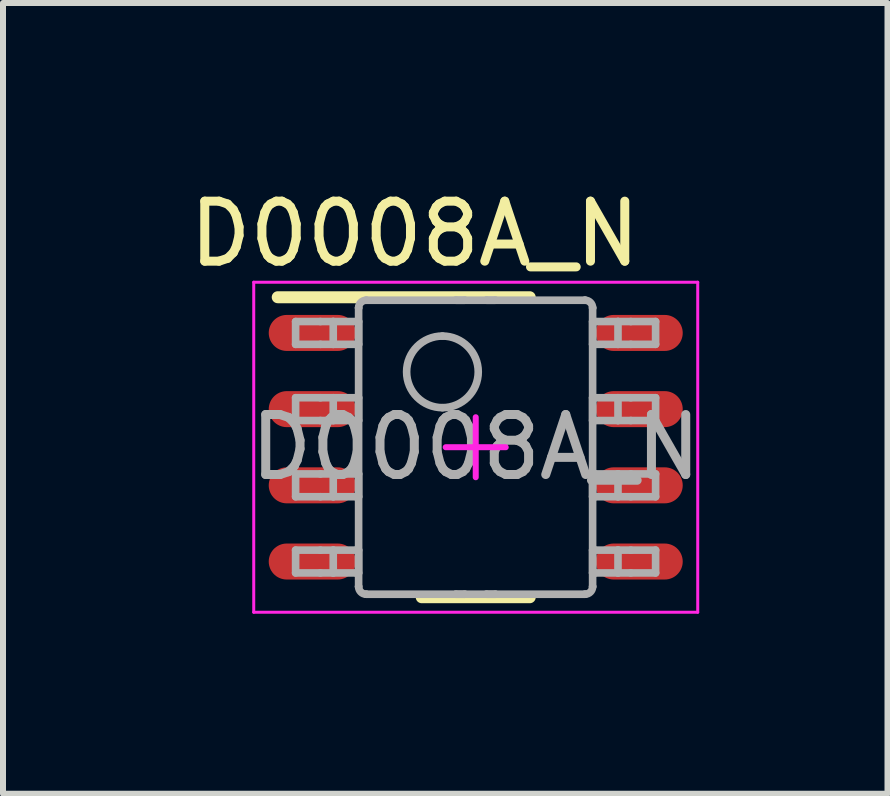
<source format=kicad_pcb>
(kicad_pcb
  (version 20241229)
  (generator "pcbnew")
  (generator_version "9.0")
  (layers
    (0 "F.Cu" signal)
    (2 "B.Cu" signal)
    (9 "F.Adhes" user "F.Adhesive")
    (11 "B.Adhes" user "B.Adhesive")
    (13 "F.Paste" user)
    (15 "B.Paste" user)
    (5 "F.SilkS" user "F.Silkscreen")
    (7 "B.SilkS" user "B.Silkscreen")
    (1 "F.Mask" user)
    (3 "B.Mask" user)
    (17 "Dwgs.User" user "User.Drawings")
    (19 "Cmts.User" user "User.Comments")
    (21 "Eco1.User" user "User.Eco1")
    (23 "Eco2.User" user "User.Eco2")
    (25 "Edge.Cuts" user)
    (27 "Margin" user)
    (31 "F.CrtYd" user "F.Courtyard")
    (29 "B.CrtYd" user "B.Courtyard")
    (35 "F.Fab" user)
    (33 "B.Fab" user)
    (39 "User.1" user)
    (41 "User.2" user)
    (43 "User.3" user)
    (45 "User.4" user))
  (footprint "D0008A_N"
    (layer "F.Cu")
    (at 4.879 4.404)
    (property "Reference" "D0008A_N" (at -1.016 -3.556 0) (unlocked yes) (layer "F.SilkS") (effects (font (size 1 1) (thickness 0.15))))
    (attr smd)
    (fp_line (start -3.3 -2.5) (end 0.9 -2.5) (stroke (width 0.2) (type solid)) (layer "F.SilkS"))
    (fp_line (start -0.9 2.5) (end 0.9 2.5) (stroke (width 0.2) (type solid)) (layer "F.SilkS"))
    (fp_line (start -3.7 -2.75) (end 3.7 -2.75) (stroke (width 0.05) (type solid)) (layer "F.CrtYd"))
    (fp_line (start -3.7 2.75) (end -3.7 -2.75) (stroke (width 0.05) (type solid)) (layer "F.CrtYd"))
    (fp_line (start -3.7 2.75) (end 3.7 2.75) (stroke (width 0.05) (type solid)) (layer "F.CrtYd"))
    (fp_line (start -0.5 0) (end 0.5 0) (stroke (width 0.1) (type solid)) (layer "F.CrtYd"))
    (fp_line (start 0 0.5) (end 0 -0.5) (stroke (width 0.1) (type solid)) (layer "F.CrtYd"))
    (fp_line (start 3.7 2.75) (end 3.7 -2.75) (stroke (width 0.05) (type solid)) (layer "F.CrtYd"))
    (fp_line (start -3.002 -2.095) (end -2.589 -2.095) (stroke (width 0.127) (type solid)) (layer "F.Fab"))
    (fp_line (start -3.002 -1.715) (end -3.002 -2.095) (stroke (width 0.127) (type solid)) (layer "F.Fab"))
    (fp_line (start -3.002 -1.715) (end -2.589 -1.715) (stroke (width 0.127) (type solid)) (layer "F.Fab"))
    (fp_line (start -3.002 -0.825) (end -2.589 -0.825) (stroke (width 0.127) (type solid)) (layer "F.Fab"))
    (fp_line (start -3.002 -0.445) (end -3.002 -0.825) (stroke (width 0.127) (type solid)) (layer "F.Fab"))
    (fp_line (start -3.002 -0.445) (end -2.589 -0.445) (stroke (width 0.127) (type solid)) (layer "F.Fab"))
    (fp_line (start -3.002 0.445) (end -2.589 0.445) (stroke (width 0.127) (type solid)) (layer "F.Fab"))
    (fp_line (start -3.002 0.825) (end -3.002 0.445) (stroke (width 0.127) (type solid)) (layer "F.Fab"))
    (fp_line (start -3.002 0.825) (end -2.589 0.825) (stroke (width 0.127) (type solid)) (layer "F.Fab"))
    (fp_line (start -3.002 1.715) (end -2.589 1.715) (stroke (width 0.127) (type solid)) (layer "F.Fab"))
    (fp_line (start -3.002 2.095) (end -3.002 1.715) (stroke (width 0.127) (type solid)) (layer "F.Fab"))
    (fp_line (start -3.002 2.095) (end -2.589 2.095) (stroke (width 0.127) (type solid)) (layer "F.Fab"))
    (fp_line (start -2.589 -2.095) (end -2.375 -2.095) (stroke (width 0.127) (type solid)) (layer "F.Fab"))
    (fp_line (start -2.589 -1.715) (end -2.375 -1.715) (stroke (width 0.127) (type solid)) (layer "F.Fab"))
    (fp_line (start -2.589 -0.825) (end -2.375 -0.825) (stroke (width 0.127) (type solid)) (layer "F.Fab"))
    (fp_line (start -2.589 -0.445) (end -2.375 -0.445) (stroke (width 0.127) (type solid)) (layer "F.Fab"))
    (fp_line (start -2.589 0.445) (end -2.375 0.445) (stroke (width 0.127) (type solid)) (layer "F.Fab"))
    (fp_line (start -2.589 0.825) (end -2.375 0.825) (stroke (width 0.127) (type solid)) (layer "F.Fab"))
    (fp_line (start -2.589 1.715) (end -2.375 1.715) (stroke (width 0.127) (type solid)) (layer "F.Fab"))
    (fp_line (start -2.589 2.095) (end -2.375 2.095) (stroke (width 0.127) (type solid)) (layer "F.Fab"))
    (fp_line (start -2.375 -2.095) (end -1.995 -2.095) (stroke (width 0.127) (type solid)) (layer "F.Fab"))
    (fp_line (start -2.375 -1.715) (end -2.375 -2.095) (stroke (width 0.127) (type solid)) (layer "F.Fab"))
    (fp_line (start -2.375 -1.715) (end -1.995 -1.715) (stroke (width 0.127) (type solid)) (layer "F.Fab"))
    (fp_line (start -2.375 -0.825) (end -1.995 -0.825) (stroke (width 0.127) (type solid)) (layer "F.Fab"))
    (fp_line (start -2.375 -0.445) (end -2.375 -0.825) (stroke (width 0.127) (type solid)) (layer "F.Fab"))
    (fp_line (start -2.375 -0.445) (end -1.995 -0.445) (stroke (width 0.127) (type solid)) (layer "F.Fab"))
    (fp_line (start -2.375 0.445) (end -1.995 0.445) (stroke (width 0.127) (type solid)) (layer "F.Fab"))
    (fp_line (start -2.375 0.825) (end -2.375 0.445) (stroke (width 0.127) (type solid)) (layer "F.Fab"))
    (fp_line (start -2.375 0.825) (end -1.995 0.825) (stroke (width 0.127) (type solid)) (layer "F.Fab"))
    (fp_line (start -2.375 1.715) (end -1.995 1.715) (stroke (width 0.127) (type solid)) (layer "F.Fab"))
    (fp_line (start -2.375 2.095) (end -2.375 1.715) (stroke (width 0.127) (type solid)) (layer "F.Fab"))
    (fp_line (start -2.375 2.095) (end -1.995 2.095) (stroke (width 0.127) (type solid)) (layer "F.Fab"))
    (fp_line (start -1.995 -2.095) (end -1.952 -2.095) (stroke (width 0.127) (type solid)) (layer "F.Fab"))
    (fp_line (start -1.995 -1.715) (end -1.952 -1.715) (stroke (width 0.127) (type solid)) (layer "F.Fab"))
    (fp_line (start -1.995 -0.825) (end -1.952 -0.825) (stroke (width 0.127) (type solid)) (layer "F.Fab"))
    (fp_line (start -1.995 -0.445) (end -1.952 -0.445) (stroke (width 0.127) (type solid)) (layer "F.Fab"))
    (fp_line (start -1.995 0.445) (end -1.952 0.445) (stroke (width 0.127) (type solid)) (layer "F.Fab"))
    (fp_line (start -1.995 0.825) (end -1.952 0.825) (stroke (width 0.127) (type solid)) (layer "F.Fab"))
    (fp_line (start -1.995 1.715) (end -1.952 1.715) (stroke (width 0.127) (type solid)) (layer "F.Fab"))
    (fp_line (start -1.995 2.095) (end -1.952 2.095) (stroke (width 0.127) (type solid)) (layer "F.Fab"))
    (fp_line (start -1.952 -2.323) (end -1.952 -2.324) (stroke (width 0.127) (type solid)) (layer "F.Fab"))
    (fp_line (start -1.952 -1.715) (end -1.952 -2.095) (stroke (width 0.127) (type solid)) (layer "F.Fab"))
    (fp_line (start -1.952 -0.445) (end -1.952 -0.825) (stroke (width 0.127) (type solid)) (layer "F.Fab"))
    (fp_line (start -1.952 0.825) (end -1.952 0.445) (stroke (width 0.127) (type solid)) (layer "F.Fab"))
    (fp_line (start -1.952 2.095) (end -1.952 1.715) (stroke (width 0.127) (type solid)) (layer "F.Fab"))
    (fp_line (start -1.952 2.323) (end -1.952 -2.323) (stroke (width 0.127) (type solid)) (layer "F.Fab"))
    (fp_line (start -1.952 2.324) (end -1.952 2.323) (stroke (width 0.127) (type solid)) (layer "F.Fab"))
    (fp_line (start -1.826 -2.45) (end -1.825 -2.45) (stroke (width 0.127) (type solid)) (layer "F.Fab"))
    (fp_line (start -1.826 2.45) (end -1.825 2.45) (stroke (width 0.127) (type solid)) (layer "F.Fab"))
    (fp_line (start -1.825 -2.45) (end -0.332 -2.45) (stroke (width 0.127) (type solid)) (layer "F.Fab"))
    (fp_line (start -1.825 2.45) (end -0.332 2.45) (stroke (width 0.127) (type solid)) (layer "F.Fab"))
    (fp_line (start -0.332 -2.45) (end -0.182 -2.45) (stroke (width 0.127) (type solid)) (layer "F.Fab"))
    (fp_line (start -0.332 -2.45) (end -0.182 -2.45) (stroke (width 0.127) (type solid)) (layer "F.Fab"))
    (fp_line (start -0.332 2.45) (end -0.182 2.45) (stroke (width 0.127) (type solid)) (layer "F.Fab"))
    (fp_line (start -0.332 2.45) (end -0.182 2.45) (stroke (width 0.127) (type solid)) (layer "F.Fab"))
    (fp_line (start -0.182 -2.45) (end 0.178 -2.45) (stroke (width 0.127) (type solid)) (layer "F.Fab"))
    (fp_line (start -0.182 2.45) (end 0.178 2.45) (stroke (width 0.127) (type solid)) (layer "F.Fab"))
    (fp_line (start 0.178 -2.45) (end 0.328 -2.45) (stroke (width 0.127) (type solid)) (layer "F.Fab"))
    (fp_line (start 0.178 -2.45) (end 0.328 -2.45) (stroke (width 0.127) (type solid)) (layer "F.Fab"))
    (fp_line (start 0.178 2.45) (end 0.328 2.45) (stroke (width 0.127) (type solid)) (layer "F.Fab"))
    (fp_line (start 0.178 2.45) (end 0.328 2.45) (stroke (width 0.127) (type solid)) (layer "F.Fab"))
    (fp_line (start 0.328 -2.45) (end 1.821 -2.45) (stroke (width 0.127) (type solid)) (layer "F.Fab"))
    (fp_line (start 0.328 2.45) (end 1.821 2.45) (stroke (width 0.127) (type solid)) (layer "F.Fab"))
    (fp_line (start 1.821 -2.45) (end 1.822 -2.45) (stroke (width 0.127) (type solid)) (layer "F.Fab"))
    (fp_line (start 1.821 2.45) (end 1.822 2.45) (stroke (width 0.127) (type solid)) (layer "F.Fab"))
    (fp_line (start 1.948 -2.323) (end 1.948 -2.324) (stroke (width 0.127) (type solid)) (layer "F.Fab"))
    (fp_line (start 1.948 -2.095) (end 1.991 -2.095) (stroke (width 0.127) (type solid)) (layer "F.Fab"))
    (fp_line (start 1.948 -1.715) (end 1.948 -2.095) (stroke (width 0.127) (type solid)) (layer "F.Fab"))
    (fp_line (start 1.948 -1.715) (end 1.991 -1.715) (stroke (width 0.127) (type solid)) (layer "F.Fab"))
    (fp_line (start 1.948 -0.825) (end 1.991 -0.825) (stroke (width 0.127) (type solid)) (layer "F.Fab"))
    (fp_line (start 1.948 -0.445) (end 1.948 -0.825) (stroke (width 0.127) (type solid)) (layer "F.Fab"))
    (fp_line (start 1.948 -0.445) (end 1.991 -0.445) (stroke (width 0.127) (type solid)) (layer "F.Fab"))
    (fp_line (start 1.948 0.445) (end 1.991 0.445) (stroke (width 0.127) (type solid)) (layer "F.Fab"))
    (fp_line (start 1.948 0.825) (end 1.948 0.445) (stroke (width 0.127) (type solid)) (layer "F.Fab"))
    (fp_line (start 1.948 0.825) (end 1.991 0.825) (stroke (width 0.127) (type solid)) (layer "F.Fab"))
    (fp_line (start 1.948 1.715) (end 1.991 1.715) (stroke (width 0.127) (type solid)) (layer "F.Fab"))
    (fp_line (start 1.948 2.095) (end 1.948 1.715) (stroke (width 0.127) (type solid)) (layer "F.Fab"))
    (fp_line (start 1.948 2.095) (end 1.991 2.095) (stroke (width 0.127) (type solid)) (layer "F.Fab"))
    (fp_line (start 1.948 2.323) (end 1.948 -2.323) (stroke (width 0.127) (type solid)) (layer "F.Fab"))
    (fp_line (start 1.948 2.324) (end 1.948 2.323) (stroke (width 0.127) (type solid)) (layer "F.Fab"))
    (fp_line (start 1.991 -2.095) (end 2.371 -2.095) (stroke (width 0.127) (type solid)) (layer "F.Fab"))
    (fp_line (start 1.991 -1.715) (end 2.371 -1.715) (stroke (width 0.127) (type solid)) (layer "F.Fab"))
    (fp_line (start 1.991 -0.825) (end 2.371 -0.825) (stroke (width 0.127) (type solid)) (layer "F.Fab"))
    (fp_line (start 1.991 -0.445) (end 2.371 -0.445) (stroke (width 0.127) (type solid)) (layer "F.Fab"))
    (fp_line (start 1.991 0.445) (end 2.371 0.445) (stroke (width 0.127) (type solid)) (layer "F.Fab"))
    (fp_line (start 1.991 0.825) (end 2.371 0.825) (stroke (width 0.127) (type solid)) (layer "F.Fab"))
    (fp_line (start 1.991 1.715) (end 2.371 1.715) (stroke (width 0.127) (type solid)) (layer "F.Fab"))
    (fp_line (start 1.991 2.095) (end 2.371 2.095) (stroke (width 0.127) (type solid)) (layer "F.Fab"))
    (fp_line (start 2.371 -2.095) (end 2.585 -2.095) (stroke (width 0.127) (type solid)) (layer "F.Fab"))
    (fp_line (start 2.371 -1.715) (end 2.371 -2.095) (stroke (width 0.127) (type solid)) (layer "F.Fab"))
    (fp_line (start 2.371 -1.715) (end 2.585 -1.715) (stroke (width 0.127) (type solid)) (layer "F.Fab"))
    (fp_line (start 2.371 -0.825) (end 2.585 -0.825) (stroke (width 0.127) (type solid)) (layer "F.Fab"))
    (fp_line (start 2.371 -0.445) (end 2.371 -0.825) (stroke (width 0.127) (type solid)) (layer "F.Fab"))
    (fp_line (start 2.371 -0.445) (end 2.585 -0.445) (stroke (width 0.127) (type solid)) (layer "F.Fab"))
    (fp_line (start 2.371 0.445) (end 2.585 0.445) (stroke (width 0.127) (type solid)) (layer "F.Fab"))
    (fp_line (start 2.371 0.825) (end 2.371 0.445) (stroke (width 0.127) (type solid)) (layer "F.Fab"))
    (fp_line (start 2.371 0.825) (end 2.585 0.825) (stroke (width 0.127) (type solid)) (layer "F.Fab"))
    (fp_line (start 2.371 1.715) (end 2.585 1.715) (stroke (width 0.127) (type solid)) (layer "F.Fab"))
    (fp_line (start 2.371 2.095) (end 2.371 1.715) (stroke (width 0.127) (type solid)) (layer "F.Fab"))
    (fp_line (start 2.371 2.095) (end 2.585 2.095) (stroke (width 0.127) (type solid)) (layer "F.Fab"))
    (fp_line (start 2.585 -2.095) (end 2.998 -2.095) (stroke (width 0.127) (type solid)) (layer "F.Fab"))
    (fp_line (start 2.585 -1.715) (end 2.998 -1.715) (stroke (width 0.127) (type solid)) (layer "F.Fab"))
    (fp_line (start 2.585 -0.825) (end 2.998 -0.825) (stroke (width 0.127) (type solid)) (layer "F.Fab"))
    (fp_line (start 2.585 -0.445) (end 2.998 -0.445) (stroke (width 0.127) (type solid)) (layer "F.Fab"))
    (fp_line (start 2.585 0.445) (end 2.998 0.445) (stroke (width 0.127) (type solid)) (layer "F.Fab"))
    (fp_line (start 2.585 0.825) (end 2.998 0.825) (stroke (width 0.127) (type solid)) (layer "F.Fab"))
    (fp_line (start 2.585 1.715) (end 2.998 1.715) (stroke (width 0.127) (type solid)) (layer "F.Fab"))
    (fp_line (start 2.585 2.095) (end 2.998 2.095) (stroke (width 0.127) (type solid)) (layer "F.Fab"))
    (fp_line (start 2.998 -1.715) (end 2.998 -2.095) (stroke (width 0.127) (type solid)) (layer "F.Fab"))
    (fp_line (start 2.998 -0.445) (end 2.998 -0.825) (stroke (width 0.127) (type solid)) (layer "F.Fab"))
    (fp_line (start 2.998 0.825) (end 2.998 0.445) (stroke (width 0.127) (type solid)) (layer "F.Fab"))
    (fp_line (start 2.998 2.095) (end 2.998 1.715) (stroke (width 0.127) (type solid)) (layer "F.Fab"))
    (fp_arc (start -1.952002 -2.323941) (mid -1.914806 -2.412806) (end -1.825941 -2.450002) (stroke (width 0.127) (type solid)) (layer "F.Fab"))
    (fp_arc (start -1.825941 2.449992) (mid -1.914806 2.412795) (end -1.952002 2.323931) (stroke (width 0.127) (type solid)) (layer "F.Fab"))
    (fp_arc (start -0.555 -1.8531) (mid 0.0419 -1.2562) (end -0.555 -0.6593) (stroke (width 0.127) (type solid)) (layer "F.Fab"))
    (fp_arc (start -0.555 -0.6593) (mid -1.1519 -1.2562) (end -0.555 -1.8531) (stroke (width 0.127) (type solid)) (layer "F.Fab"))
    (fp_arc (start 1.821933 -2.450002) (mid 1.910797 -2.412806) (end 1.947994 -2.323941) (stroke (width 0.127) (type solid)) (layer "F.Fab"))
    (fp_arc (start 1.947994 2.323931) (mid 1.910797 2.412795) (end 1.821933 2.449992) (stroke (width 0.127) (type solid)) (layer "F.Fab"))
    (fp_text user "${REFERENCE}" (at 0 0 0) (unlocked yes) (layer "F.Fab") (effects (font (size 1 1) (thickness 0.15))))
    (pad "1" smd oval (at -2.725 -1.905 90) (size 0.6 1.45) (layers "F.Cu" "F.Mask" "F.Paste"))
    (pad "2" smd oval (at -2.725 -0.635 90) (size 0.6 1.45) (layers "F.Cu" "F.Mask" "F.Paste"))
    (pad "3" smd oval (at -2.725 0.635 90) (size 0.6 1.45) (layers "F.Cu" "F.Mask" "F.Paste"))
    (pad "4" smd oval (at -2.725 1.905 90) (size 0.6 1.45) (layers "F.Cu" "F.Mask" "F.Paste"))
    (pad "5" smd oval (at 2.725 1.905 90) (size 0.6 1.45) (layers "F.Cu" "F.Mask" "F.Paste"))
    (pad "6" smd oval (at 2.725 0.635 90) (size 0.6 1.45) (layers "F.Cu" "F.Mask" "F.Paste"))
    (pad "7" smd oval (at 2.725 -0.635 90) (size 0.6 1.45) (layers "F.Cu" "F.Mask" "F.Paste"))
    (pad "8" smd oval (at 2.725 -1.905 90) (size 0.6 1.45) (layers "F.Cu" "F.Mask" "F.Paste")))
  (gr_rect
    (start -3 -3)
    (end 11.742 10.179)
    (stroke (width 0.1) (type default))
    (fill no)
    (layer "Edge.Cuts")))
</source>
